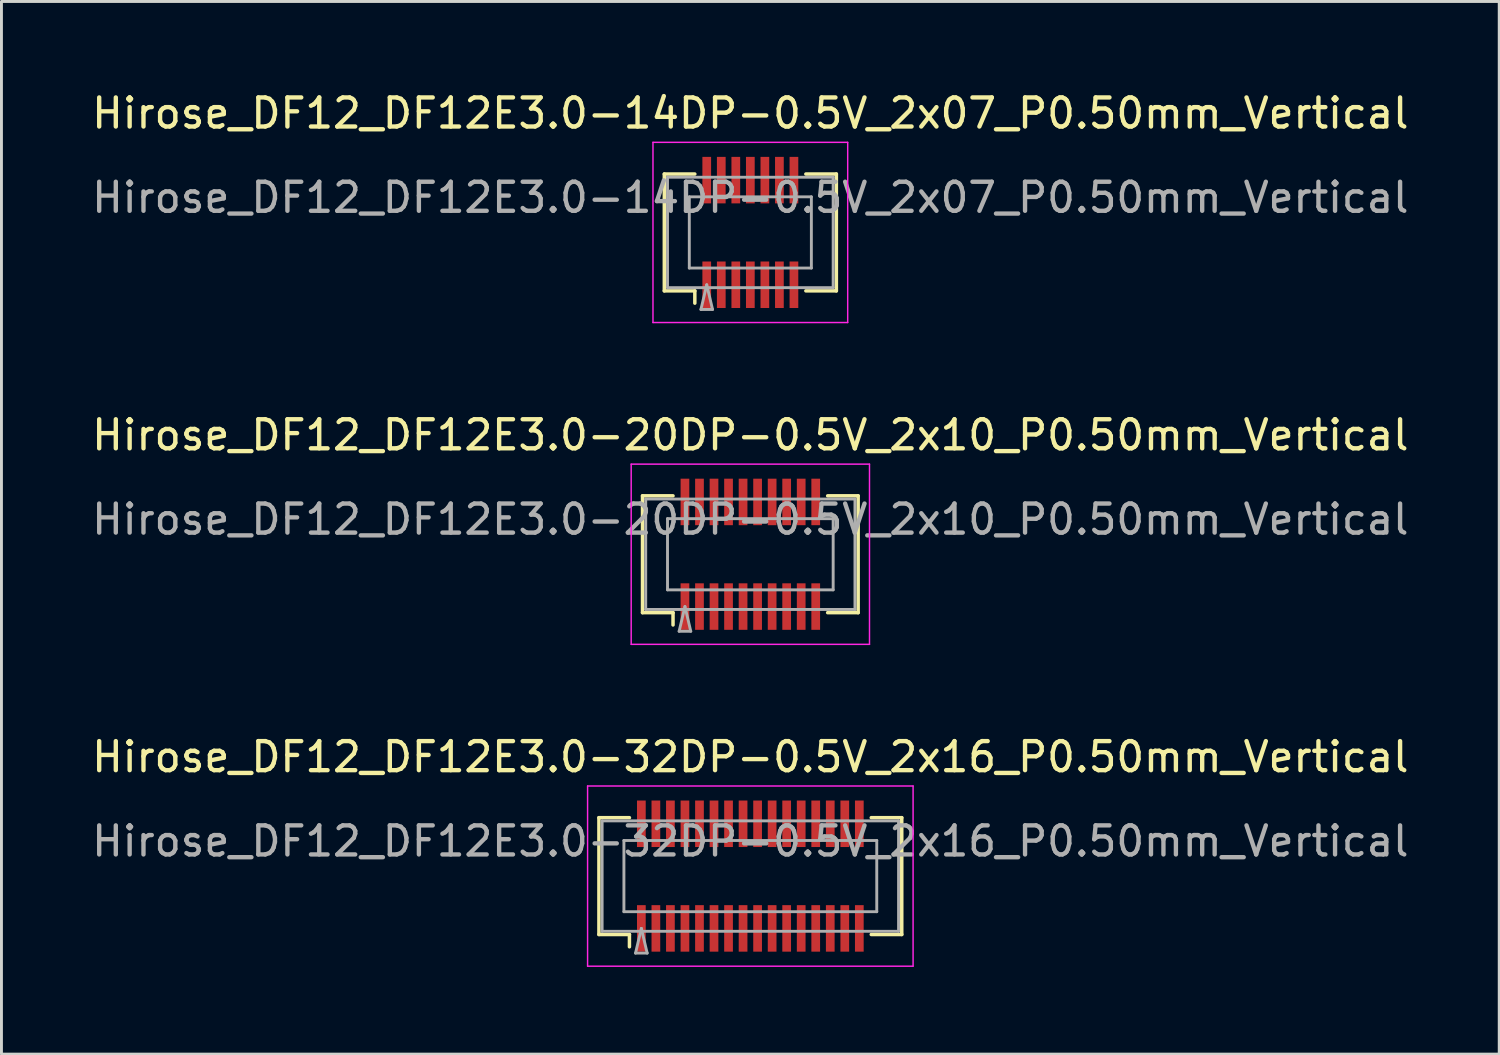
<source format=kicad_pcb>
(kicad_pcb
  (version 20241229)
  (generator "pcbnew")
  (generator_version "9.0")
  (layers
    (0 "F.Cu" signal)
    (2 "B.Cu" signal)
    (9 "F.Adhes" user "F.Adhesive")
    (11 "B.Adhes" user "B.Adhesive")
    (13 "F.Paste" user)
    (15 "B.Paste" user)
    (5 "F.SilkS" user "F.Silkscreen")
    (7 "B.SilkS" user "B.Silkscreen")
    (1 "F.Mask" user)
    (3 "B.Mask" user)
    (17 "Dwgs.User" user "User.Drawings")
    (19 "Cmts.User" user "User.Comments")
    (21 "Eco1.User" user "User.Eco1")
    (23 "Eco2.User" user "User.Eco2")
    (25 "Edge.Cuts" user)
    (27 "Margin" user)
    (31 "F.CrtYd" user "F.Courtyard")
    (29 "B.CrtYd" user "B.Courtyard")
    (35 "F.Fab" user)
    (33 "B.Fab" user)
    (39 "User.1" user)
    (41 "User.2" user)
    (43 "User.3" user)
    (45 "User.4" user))
  (footprint "Hirose_DF12_DF12E3.0-32DP-0.5V_2x16_P0.50mm_Vertical"
    (layer "F.Cu")
    (at 22.768 27.095)
    (property "Reference" "Hirose_DF12_DF12E3.0-32DP-0.5V_2x16_P0.50mm_Vertical" (at 0 -4.1 0) (layer "F.SilkS") (effects (font (size 1 1) (thickness 0.15))))
    (attr smd)
    (fp_line (start -5.21 -2.01) (end -4.16 -2.01) (stroke (width 0.12) (type solid)) (layer "F.SilkS"))
    (fp_line (start -5.21 2.01) (end -5.21 -2.01) (stroke (width 0.12) (type solid)) (layer "F.SilkS"))
    (fp_line (start -4.16 2.01) (end -5.21 2.01) (stroke (width 0.12) (type solid)) (layer "F.SilkS"))
    (fp_line (start -4.16 2.433) (end -4.16 2.01) (stroke (width 0.12) (type solid)) (layer "F.SilkS"))
    (fp_line (start 4.16 2.01) (end 5.21 2.01) (stroke (width 0.12) (type solid)) (layer "F.SilkS"))
    (fp_line (start 5.21 -2.01) (end 4.16 -2.01) (stroke (width 0.12) (type solid)) (layer "F.SilkS"))
    (fp_line (start 5.21 2.01) (end 5.21 -2.01) (stroke (width 0.12) (type solid)) (layer "F.SilkS"))
    (fp_line (start -5.6 -3.1) (end -5.6 3.1) (stroke (width 0.05) (type solid)) (layer "F.CrtYd"))
    (fp_line (start -5.6 3.1) (end 5.6 3.1) (stroke (width 0.05) (type solid)) (layer "F.CrtYd"))
    (fp_line (start 5.6 -3.1) (end -5.6 -3.1) (stroke (width 0.05) (type solid)) (layer "F.CrtYd"))
    (fp_line (start 5.6 3.1) (end 5.6 -3.1) (stroke (width 0.05) (type solid)) (layer "F.CrtYd"))
    (fp_line (start -5.1 -1.9) (end 5.1 -1.9) (stroke (width 0.1) (type solid)) (layer "F.Fab"))
    (fp_line (start -5.1 1.9) (end -5.1 -1.9) (stroke (width 0.1) (type solid)) (layer "F.Fab"))
    (fp_line (start -4.35 -1.225) (end 4.35 -1.225) (stroke (width 0.1) (type solid)) (layer "F.Fab"))
    (fp_line (start -4.35 1.225) (end -4.35 -1.225) (stroke (width 0.1) (type solid)) (layer "F.Fab"))
    (fp_line (start -3.95 2.65) (end -3.75 1.8) (stroke (width 0.1) (type solid)) (layer "F.Fab"))
    (fp_line (start -3.75 1.8) (end -3.55 2.65) (stroke (width 0.1) (type solid)) (layer "F.Fab"))
    (fp_line (start -3.55 2.65) (end -3.95 2.65) (stroke (width 0.1) (type solid)) (layer "F.Fab"))
    (fp_line (start 4.35 -1.225) (end 4.35 1.225) (stroke (width 0.1) (type solid)) (layer "F.Fab"))
    (fp_line (start 4.35 1.225) (end -4.35 1.225) (stroke (width 0.1) (type solid)) (layer "F.Fab"))
    (fp_line (start 5.1 -1.9) (end 5.1 1.9) (stroke (width 0.1) (type solid)) (layer "F.Fab"))
    (fp_line (start 5.1 1.9) (end -5.1 1.9) (stroke (width 0.1) (type solid)) (layer "F.Fab"))
    (fp_text user "${REFERENCE}" (at 0 -1.2 0) (layer "F.Fab") (effects (font (size 1 1) (thickness 0.15))))
    (pad "" smd rect (at -3.75 -2) (size 0.28 1.2) (layers "F.Paste"))
    (pad "" smd rect (at -3.75 2) (size 0.28 1.2) (layers "F.Paste"))
    (pad "" smd rect (at -3.25 -2) (size 0.28 1.2) (layers "F.Paste"))
    (pad "" smd rect (at -3.25 2) (size 0.28 1.2) (layers "F.Paste"))
    (pad "" smd rect (at -2.75 -2) (size 0.28 1.2) (layers "F.Paste"))
    (pad "" smd rect (at -2.75 2) (size 0.28 1.2) (layers "F.Paste"))
    (pad "" smd rect (at -2.25 -2) (size 0.28 1.2) (layers "F.Paste"))
    (pad "" smd rect (at -2.25 2) (size 0.28 1.2) (layers "F.Paste"))
    (pad "" smd rect (at -1.75 -2) (size 0.28 1.2) (layers "F.Paste"))
    (pad "" smd rect (at -1.75 2) (size 0.28 1.2) (layers "F.Paste"))
    (pad "" smd rect (at -1.25 -2) (size 0.28 1.2) (layers "F.Paste"))
    (pad "" smd rect (at -1.25 2) (size 0.28 1.2) (layers "F.Paste"))
    (pad "" smd rect (at -0.75 -2) (size 0.28 1.2) (layers "F.Paste"))
    (pad "" smd rect (at -0.75 2) (size 0.28 1.2) (layers "F.Paste"))
    (pad "" smd rect (at -0.25 -2) (size 0.28 1.2) (layers "F.Paste"))
    (pad "" smd rect (at -0.25 2) (size 0.28 1.2) (layers "F.Paste"))
    (pad "" smd rect (at 0.25 -2) (size 0.28 1.2) (layers "F.Paste"))
    (pad "" smd rect (at 0.25 2) (size 0.28 1.2) (layers "F.Paste"))
    (pad "" smd rect (at 0.75 -2) (size 0.28 1.2) (layers "F.Paste"))
    (pad "" smd rect (at 0.75 2) (size 0.28 1.2) (layers "F.Paste"))
    (pad "" smd rect (at 1.25 -2) (size 0.28 1.2) (layers "F.Paste"))
    (pad "" smd rect (at 1.25 2) (size 0.28 1.2) (layers "F.Paste"))
    (pad "" smd rect (at 1.75 -2) (size 0.28 1.2) (layers "F.Paste"))
    (pad "" smd rect (at 1.75 2) (size 0.28 1.2) (layers "F.Paste"))
    (pad "" smd rect (at 2.25 -2) (size 0.28 1.2) (layers "F.Paste"))
    (pad "" smd rect (at 2.25 2) (size 0.28 1.2) (layers "F.Paste"))
    (pad "" smd rect (at 2.75 -2) (size 0.28 1.2) (layers "F.Paste"))
    (pad "" smd rect (at 2.75 2) (size 0.28 1.2) (layers "F.Paste"))
    (pad "" smd rect (at 3.25 -2) (size 0.28 1.2) (layers "F.Paste"))
    (pad "" smd rect (at 3.25 2) (size 0.28 1.2) (layers "F.Paste"))
    (pad "" smd rect (at 3.75 -2) (size 0.28 1.2) (layers "F.Paste"))
    (pad "" smd rect (at 3.75 2) (size 0.28 1.2) (layers "F.Paste"))
    (pad "1" smd rect (at -3.75 1.8) (size 0.3 1.6) (layers "F.Cu" "F.Mask"))
    (pad "2" smd rect (at -3.25 1.8) (size 0.3 1.6) (layers "F.Cu" "F.Mask"))
    (pad "3" smd rect (at -2.75 1.8) (size 0.3 1.6) (layers "F.Cu" "F.Mask"))
    (pad "4" smd rect (at -2.25 1.8) (size 0.3 1.6) (layers "F.Cu" "F.Mask"))
    (pad "5" smd rect (at -1.75 1.8) (size 0.3 1.6) (layers "F.Cu" "F.Mask"))
    (pad "6" smd rect (at -1.25 1.8) (size 0.3 1.6) (layers "F.Cu" "F.Mask"))
    (pad "7" smd rect (at -0.75 1.8) (size 0.3 1.6) (layers "F.Cu" "F.Mask"))
    (pad "8" smd rect (at -0.25 1.8) (size 0.3 1.6) (layers "F.Cu" "F.Mask"))
    (pad "9" smd rect (at 0.25 1.8) (size 0.3 1.6) (layers "F.Cu" "F.Mask"))
    (pad "10" smd rect (at 0.75 1.8) (size 0.3 1.6) (layers "F.Cu" "F.Mask"))
    (pad "11" smd rect (at 1.25 1.8) (size 0.3 1.6) (layers "F.Cu" "F.Mask"))
    (pad "12" smd rect (at 1.75 1.8) (size 0.3 1.6) (layers "F.Cu" "F.Mask"))
    (pad "13" smd rect (at 2.25 1.8) (size 0.3 1.6) (layers "F.Cu" "F.Mask"))
    (pad "14" smd rect (at 2.75 1.8) (size 0.3 1.6) (layers "F.Cu" "F.Mask"))
    (pad "15" smd rect (at 3.25 1.8) (size 0.3 1.6) (layers "F.Cu" "F.Mask"))
    (pad "16" smd rect (at 3.75 1.8) (size 0.3 1.6) (layers "F.Cu" "F.Mask"))
    (pad "17" smd rect (at -3.75 -1.8) (size 0.3 1.6) (layers "F.Cu" "F.Mask"))
    (pad "18" smd rect (at -3.25 -1.8) (size 0.3 1.6) (layers "F.Cu" "F.Mask"))
    (pad "19" smd rect (at -2.75 -1.8) (size 0.3 1.6) (layers "F.Cu" "F.Mask"))
    (pad "20" smd rect (at -2.25 -1.8) (size 0.3 1.6) (layers "F.Cu" "F.Mask"))
    (pad "21" smd rect (at -1.75 -1.8) (size 0.3 1.6) (layers "F.Cu" "F.Mask"))
    (pad "22" smd rect (at -1.25 -1.8) (size 0.3 1.6) (layers "F.Cu" "F.Mask"))
    (pad "23" smd rect (at -0.75 -1.8) (size 0.3 1.6) (layers "F.Cu" "F.Mask"))
    (pad "24" smd rect (at -0.25 -1.8) (size 0.3 1.6) (layers "F.Cu" "F.Mask"))
    (pad "25" smd rect (at 0.25 -1.8) (size 0.3 1.6) (layers "F.Cu" "F.Mask"))
    (pad "26" smd rect (at 0.75 -1.8) (size 0.3 1.6) (layers "F.Cu" "F.Mask"))
    (pad "27" smd rect (at 1.25 -1.8) (size 0.3 1.6) (layers "F.Cu" "F.Mask"))
    (pad "28" smd rect (at 1.75 -1.8) (size 0.3 1.6) (layers "F.Cu" "F.Mask"))
    (pad "29" smd rect (at 2.25 -1.8) (size 0.3 1.6) (layers "F.Cu" "F.Mask"))
    (pad "30" smd rect (at 2.75 -1.8) (size 0.3 1.6) (layers "F.Cu" "F.Mask"))
    (pad "31" smd rect (at 3.25 -1.8) (size 0.3 1.6) (layers "F.Cu" "F.Mask"))
    (pad "32" smd rect (at 3.75 -1.8) (size 0.3 1.6) (layers "F.Cu" "F.Mask")))
  (footprint "Hirose_DF12_DF12E3.0-14DP-0.5V_2x07_P0.50mm_Vertical"
    (layer "F.Cu")
    (at 22.768 4.948)
    (property "Reference" "Hirose_DF12_DF12E3.0-14DP-0.5V_2x07_P0.50mm_Vertical" (at 0 -4.1 0) (layer "F.SilkS") (effects (font (size 1 1) (thickness 0.15))))
    (attr smd)
    (fp_line (start -2.96 -2.01) (end -1.91 -2.01) (stroke (width 0.12) (type solid)) (layer "F.SilkS"))
    (fp_line (start -2.96 2.01) (end -2.96 -2.01) (stroke (width 0.12) (type solid)) (layer "F.SilkS"))
    (fp_line (start -1.91 2.01) (end -2.96 2.01) (stroke (width 0.12) (type solid)) (layer "F.SilkS"))
    (fp_line (start -1.91 2.433) (end -1.91 2.01) (stroke (width 0.12) (type solid)) (layer "F.SilkS"))
    (fp_line (start 1.91 2.01) (end 2.96 2.01) (stroke (width 0.12) (type solid)) (layer "F.SilkS"))
    (fp_line (start 2.96 -2.01) (end 1.91 -2.01) (stroke (width 0.12) (type solid)) (layer "F.SilkS"))
    (fp_line (start 2.96 2.01) (end 2.96 -2.01) (stroke (width 0.12) (type solid)) (layer "F.SilkS"))
    (fp_line (start -3.35 -3.1) (end -3.35 3.1) (stroke (width 0.05) (type solid)) (layer "F.CrtYd"))
    (fp_line (start -3.35 3.1) (end 3.35 3.1) (stroke (width 0.05) (type solid)) (layer "F.CrtYd"))
    (fp_line (start 3.35 -3.1) (end -3.35 -3.1) (stroke (width 0.05) (type solid)) (layer "F.CrtYd"))
    (fp_line (start 3.35 3.1) (end 3.35 -3.1) (stroke (width 0.05) (type solid)) (layer "F.CrtYd"))
    (fp_line (start -2.85 -1.9) (end 2.85 -1.9) (stroke (width 0.1) (type solid)) (layer "F.Fab"))
    (fp_line (start -2.85 1.9) (end -2.85 -1.9) (stroke (width 0.1) (type solid)) (layer "F.Fab"))
    (fp_line (start -2.1 -1.225) (end 2.1 -1.225) (stroke (width 0.1) (type solid)) (layer "F.Fab"))
    (fp_line (start -2.1 1.225) (end -2.1 -1.225) (stroke (width 0.1) (type solid)) (layer "F.Fab"))
    (fp_line (start -1.7 2.65) (end -1.5 1.8) (stroke (width 0.1) (type solid)) (layer "F.Fab"))
    (fp_line (start -1.5 1.8) (end -1.3 2.65) (stroke (width 0.1) (type solid)) (layer "F.Fab"))
    (fp_line (start -1.3 2.65) (end -1.7 2.65) (stroke (width 0.1) (type solid)) (layer "F.Fab"))
    (fp_line (start 2.1 -1.225) (end 2.1 1.225) (stroke (width 0.1) (type solid)) (layer "F.Fab"))
    (fp_line (start 2.1 1.225) (end -2.1 1.225) (stroke (width 0.1) (type solid)) (layer "F.Fab"))
    (fp_line (start 2.85 -1.9) (end 2.85 1.9) (stroke (width 0.1) (type solid)) (layer "F.Fab"))
    (fp_line (start 2.85 1.9) (end -2.85 1.9) (stroke (width 0.1) (type solid)) (layer "F.Fab"))
    (fp_text user "${REFERENCE}" (at 0 -1.2 0) (layer "F.Fab") (effects (font (size 1 1) (thickness 0.15))))
    (pad "" smd rect (at -1.5 -2) (size 0.28 1.2) (layers "F.Paste"))
    (pad "" smd rect (at -1.5 2) (size 0.28 1.2) (layers "F.Paste"))
    (pad "" smd rect (at -1 -2) (size 0.28 1.2) (layers "F.Paste"))
    (pad "" smd rect (at -1 2) (size 0.28 1.2) (layers "F.Paste"))
    (pad "" smd rect (at -0.5 -2) (size 0.28 1.2) (layers "F.Paste"))
    (pad "" smd rect (at -0.5 2) (size 0.28 1.2) (layers "F.Paste"))
    (pad "" smd rect (at 0 -2) (size 0.28 1.2) (layers "F.Paste"))
    (pad "" smd rect (at 0 2) (size 0.28 1.2) (layers "F.Paste"))
    (pad "" smd rect (at 0.5 -2) (size 0.28 1.2) (layers "F.Paste"))
    (pad "" smd rect (at 0.5 2) (size 0.28 1.2) (layers "F.Paste"))
    (pad "" smd rect (at 1 -2) (size 0.28 1.2) (layers "F.Paste"))
    (pad "" smd rect (at 1 2) (size 0.28 1.2) (layers "F.Paste"))
    (pad "" smd rect (at 1.5 -2) (size 0.28 1.2) (layers "F.Paste"))
    (pad "" smd rect (at 1.5 2) (size 0.28 1.2) (layers "F.Paste"))
    (pad "1" smd rect (at -1.5 1.8) (size 0.3 1.6) (layers "F.Cu" "F.Mask"))
    (pad "2" smd rect (at -1 1.8) (size 0.3 1.6) (layers "F.Cu" "F.Mask"))
    (pad "3" smd rect (at -0.5 1.8) (size 0.3 1.6) (layers "F.Cu" "F.Mask"))
    (pad "4" smd rect (at 0 1.8) (size 0.3 1.6) (layers "F.Cu" "F.Mask"))
    (pad "5" smd rect (at 0.5 1.8) (size 0.3 1.6) (layers "F.Cu" "F.Mask"))
    (pad "6" smd rect (at 1 1.8) (size 0.3 1.6) (layers "F.Cu" "F.Mask"))
    (pad "7" smd rect (at 1.5 1.8) (size 0.3 1.6) (layers "F.Cu" "F.Mask"))
    (pad "8" smd rect (at -1.5 -1.8) (size 0.3 1.6) (layers "F.Cu" "F.Mask"))
    (pad "9" smd rect (at -1 -1.8) (size 0.3 1.6) (layers "F.Cu" "F.Mask"))
    (pad "10" smd rect (at -0.5 -1.8) (size 0.3 1.6) (layers "F.Cu" "F.Mask"))
    (pad "11" smd rect (at 0 -1.8) (size 0.3 1.6) (layers "F.Cu" "F.Mask"))
    (pad "12" smd rect (at 0.5 -1.8) (size 0.3 1.6) (layers "F.Cu" "F.Mask"))
    (pad "13" smd rect (at 1 -1.8) (size 0.3 1.6) (layers "F.Cu" "F.Mask"))
    (pad "14" smd rect (at 1.5 -1.8) (size 0.3 1.6) (layers "F.Cu" "F.Mask")))
  (footprint "Hirose_DF12_DF12E3.0-20DP-0.5V_2x10_P0.50mm_Vertical"
    (layer "F.Cu")
    (at 22.768 16.021)
    (property "Reference" "Hirose_DF12_DF12E3.0-20DP-0.5V_2x10_P0.50mm_Vertical" (at 0 -4.1 0) (layer "F.SilkS") (effects (font (size 1 1) (thickness 0.15))))
    (attr smd)
    (fp_line (start -3.71 -2.01) (end -2.66 -2.01) (stroke (width 0.12) (type solid)) (layer "F.SilkS"))
    (fp_line (start -3.71 2.01) (end -3.71 -2.01) (stroke (width 0.12) (type solid)) (layer "F.SilkS"))
    (fp_line (start -2.66 2.01) (end -3.71 2.01) (stroke (width 0.12) (type solid)) (layer "F.SilkS"))
    (fp_line (start -2.66 2.433) (end -2.66 2.01) (stroke (width 0.12) (type solid)) (layer "F.SilkS"))
    (fp_line (start 2.66 2.01) (end 3.71 2.01) (stroke (width 0.12) (type solid)) (layer "F.SilkS"))
    (fp_line (start 3.71 -2.01) (end 2.66 -2.01) (stroke (width 0.12) (type solid)) (layer "F.SilkS"))
    (fp_line (start 3.71 2.01) (end 3.71 -2.01) (stroke (width 0.12) (type solid)) (layer "F.SilkS"))
    (fp_line (start -4.1 -3.1) (end -4.1 3.1) (stroke (width 0.05) (type solid)) (layer "F.CrtYd"))
    (fp_line (start -4.1 3.1) (end 4.1 3.1) (stroke (width 0.05) (type solid)) (layer "F.CrtYd"))
    (fp_line (start 4.1 -3.1) (end -4.1 -3.1) (stroke (width 0.05) (type solid)) (layer "F.CrtYd"))
    (fp_line (start 4.1 3.1) (end 4.1 -3.1) (stroke (width 0.05) (type solid)) (layer "F.CrtYd"))
    (fp_line (start -3.6 -1.9) (end 3.6 -1.9) (stroke (width 0.1) (type solid)) (layer "F.Fab"))
    (fp_line (start -3.6 1.9) (end -3.6 -1.9) (stroke (width 0.1) (type solid)) (layer "F.Fab"))
    (fp_line (start -2.85 -1.225) (end 2.85 -1.225) (stroke (width 0.1) (type solid)) (layer "F.Fab"))
    (fp_line (start -2.85 1.225) (end -2.85 -1.225) (stroke (width 0.1) (type solid)) (layer "F.Fab"))
    (fp_line (start -2.45 2.65) (end -2.25 1.8) (stroke (width 0.1) (type solid)) (layer "F.Fab"))
    (fp_line (start -2.25 1.8) (end -2.05 2.65) (stroke (width 0.1) (type solid)) (layer "F.Fab"))
    (fp_line (start -2.05 2.65) (end -2.45 2.65) (stroke (width 0.1) (type solid)) (layer "F.Fab"))
    (fp_line (start 2.85 -1.225) (end 2.85 1.225) (stroke (width 0.1) (type solid)) (layer "F.Fab"))
    (fp_line (start 2.85 1.225) (end -2.85 1.225) (stroke (width 0.1) (type solid)) (layer "F.Fab"))
    (fp_line (start 3.6 -1.9) (end 3.6 1.9) (stroke (width 0.1) (type solid)) (layer "F.Fab"))
    (fp_line (start 3.6 1.9) (end -3.6 1.9) (stroke (width 0.1) (type solid)) (layer "F.Fab"))
    (fp_text user "${REFERENCE}" (at 0 -1.2 0) (layer "F.Fab") (effects (font (size 1 1) (thickness 0.15))))
    (pad "" smd rect (at -2.25 -2) (size 0.28 1.2) (layers "F.Paste"))
    (pad "" smd rect (at -2.25 2) (size 0.28 1.2) (layers "F.Paste"))
    (pad "" smd rect (at -1.75 -2) (size 0.28 1.2) (layers "F.Paste"))
    (pad "" smd rect (at -1.75 2) (size 0.28 1.2) (layers "F.Paste"))
    (pad "" smd rect (at -1.25 -2) (size 0.28 1.2) (layers "F.Paste"))
    (pad "" smd rect (at -1.25 2) (size 0.28 1.2) (layers "F.Paste"))
    (pad "" smd rect (at -0.75 -2) (size 0.28 1.2) (layers "F.Paste"))
    (pad "" smd rect (at -0.75 2) (size 0.28 1.2) (layers "F.Paste"))
    (pad "" smd rect (at -0.25 -2) (size 0.28 1.2) (layers "F.Paste"))
    (pad "" smd rect (at -0.25 2) (size 0.28 1.2) (layers "F.Paste"))
    (pad "" smd rect (at 0.25 -2) (size 0.28 1.2) (layers "F.Paste"))
    (pad "" smd rect (at 0.25 2) (size 0.28 1.2) (layers "F.Paste"))
    (pad "" smd rect (at 0.75 -2) (size 0.28 1.2) (layers "F.Paste"))
    (pad "" smd rect (at 0.75 2) (size 0.28 1.2) (layers "F.Paste"))
    (pad "" smd rect (at 1.25 -2) (size 0.28 1.2) (layers "F.Paste"))
    (pad "" smd rect (at 1.25 2) (size 0.28 1.2) (layers "F.Paste"))
    (pad "" smd rect (at 1.75 -2) (size 0.28 1.2) (layers "F.Paste"))
    (pad "" smd rect (at 1.75 2) (size 0.28 1.2) (layers "F.Paste"))
    (pad "" smd rect (at 2.25 -2) (size 0.28 1.2) (layers "F.Paste"))
    (pad "" smd rect (at 2.25 2) (size 0.28 1.2) (layers "F.Paste"))
    (pad "1" smd rect (at -2.25 1.8) (size 0.3 1.6) (layers "F.Cu" "F.Mask"))
    (pad "2" smd rect (at -1.75 1.8) (size 0.3 1.6) (layers "F.Cu" "F.Mask"))
    (pad "3" smd rect (at -1.25 1.8) (size 0.3 1.6) (layers "F.Cu" "F.Mask"))
    (pad "4" smd rect (at -0.75 1.8) (size 0.3 1.6) (layers "F.Cu" "F.Mask"))
    (pad "5" smd rect (at -0.25 1.8) (size 0.3 1.6) (layers "F.Cu" "F.Mask"))
    (pad "6" smd rect (at 0.25 1.8) (size 0.3 1.6) (layers "F.Cu" "F.Mask"))
    (pad "7" smd rect (at 0.75 1.8) (size 0.3 1.6) (layers "F.Cu" "F.Mask"))
    (pad "8" smd rect (at 1.25 1.8) (size 0.3 1.6) (layers "F.Cu" "F.Mask"))
    (pad "9" smd rect (at 1.75 1.8) (size 0.3 1.6) (layers "F.Cu" "F.Mask"))
    (pad "10" smd rect (at 2.25 1.8) (size 0.3 1.6) (layers "F.Cu" "F.Mask"))
    (pad "11" smd rect (at -2.25 -1.8) (size 0.3 1.6) (layers "F.Cu" "F.Mask"))
    (pad "12" smd rect (at -1.75 -1.8) (size 0.3 1.6) (layers "F.Cu" "F.Mask"))
    (pad "13" smd rect (at -1.25 -1.8) (size 0.3 1.6) (layers "F.Cu" "F.Mask"))
    (pad "14" smd rect (at -0.75 -1.8) (size 0.3 1.6) (layers "F.Cu" "F.Mask"))
    (pad "15" smd rect (at -0.25 -1.8) (size 0.3 1.6) (layers "F.Cu" "F.Mask"))
    (pad "16" smd rect (at 0.25 -1.8) (size 0.3 1.6) (layers "F.Cu" "F.Mask"))
    (pad "17" smd rect (at 0.75 -1.8) (size 0.3 1.6) (layers "F.Cu" "F.Mask"))
    (pad "18" smd rect (at 1.25 -1.8) (size 0.3 1.6) (layers "F.Cu" "F.Mask"))
    (pad "19" smd rect (at 1.75 -1.8) (size 0.3 1.6) (layers "F.Cu" "F.Mask"))
    (pad "20" smd rect (at 2.25 -1.8) (size 0.3 1.6) (layers "F.Cu" "F.Mask")))
  (gr_rect
    (start -3 -3)
    (end 48.536 33.22)
    (stroke (width 0.1) (type default))
    (fill no)
    (layer "Edge.Cuts")))
</source>
